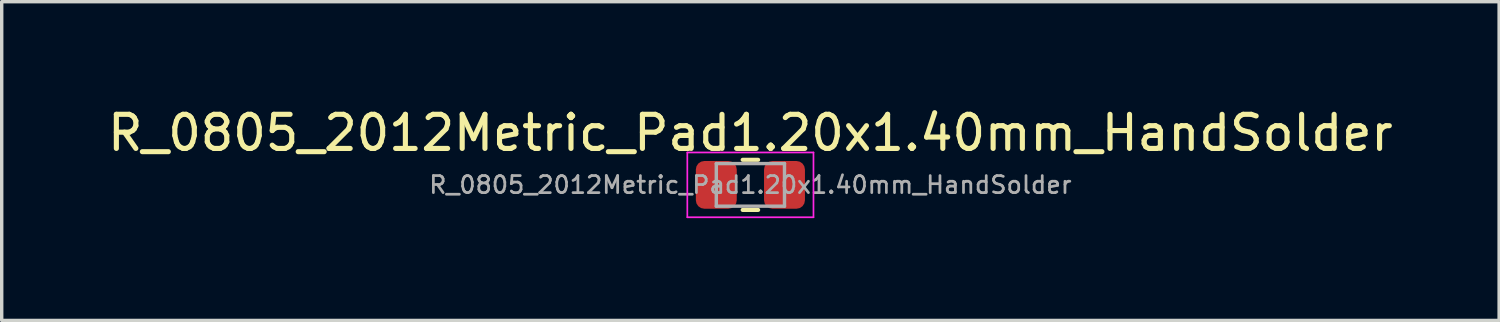
<source format=kicad_pcb>
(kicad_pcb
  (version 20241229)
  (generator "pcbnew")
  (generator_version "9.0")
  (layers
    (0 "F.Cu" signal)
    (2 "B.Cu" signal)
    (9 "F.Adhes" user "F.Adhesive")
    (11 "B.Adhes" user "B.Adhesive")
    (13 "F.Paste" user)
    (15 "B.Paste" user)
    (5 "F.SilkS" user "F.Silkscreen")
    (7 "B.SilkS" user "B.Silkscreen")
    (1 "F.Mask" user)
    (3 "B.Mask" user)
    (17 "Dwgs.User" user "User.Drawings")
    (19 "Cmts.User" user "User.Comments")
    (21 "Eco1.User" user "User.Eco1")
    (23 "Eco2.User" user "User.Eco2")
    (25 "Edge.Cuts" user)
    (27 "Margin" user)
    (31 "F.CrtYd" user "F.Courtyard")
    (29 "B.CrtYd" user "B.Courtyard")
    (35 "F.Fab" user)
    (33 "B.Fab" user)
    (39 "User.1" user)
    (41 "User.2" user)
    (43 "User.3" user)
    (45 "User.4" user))
  (footprint "R_0805_2012Metric_Pad1.20x1.40mm_HandSolder"
    (layer "F.Cu")
    (at 18.958 2.372)
    (property "Reference" "R_0805_2012Metric_Pad1.20x1.40mm_HandSolder" (at 0 -1.524 0) (layer "F.SilkS") (effects (font (size 1 1) (thickness 0.15))))
    (attr smd)
    (fp_line (start -0.227 -0.735) (end 0.227 -0.735) (stroke (width 0.12) (type solid)) (layer "F.SilkS"))
    (fp_line (start -0.227 0.735) (end 0.227 0.735) (stroke (width 0.12) (type solid)) (layer "F.SilkS"))
    (fp_line (start -1.85 -0.95) (end 1.85 -0.95) (stroke (width 0.05) (type solid)) (layer "F.CrtYd"))
    (fp_line (start -1.85 0.95) (end -1.85 -0.95) (stroke (width 0.05) (type solid)) (layer "F.CrtYd"))
    (fp_line (start 1.85 -0.95) (end 1.85 0.95) (stroke (width 0.05) (type solid)) (layer "F.CrtYd"))
    (fp_line (start 1.85 0.95) (end -1.85 0.95) (stroke (width 0.05) (type solid)) (layer "F.CrtYd"))
    (fp_line (start -1 -0.625) (end 1 -0.625) (stroke (width 0.1) (type solid)) (layer "F.Fab"))
    (fp_line (start -1 0.625) (end -1 -0.625) (stroke (width 0.1) (type solid)) (layer "F.Fab"))
    (fp_line (start 1 -0.625) (end 1 0.625) (stroke (width 0.1) (type solid)) (layer "F.Fab"))
    (fp_line (start 1 0.625) (end -1 0.625) (stroke (width 0.1) (type solid)) (layer "F.Fab"))
    (fp_text user "${REFERENCE}" (at 0 0 0) (layer "F.Fab") (effects (font (size 0.5 0.5) (thickness 0.08))))
    (pad "1" smd roundrect (at -1 0) (size 1.2 1.4) (layers "F.Cu" "F.Mask" "F.Paste") (roundrect_rratio 0.208))
    (pad "2" smd roundrect (at 1 0) (size 1.2 1.4) (layers "F.Cu" "F.Mask" "F.Paste") (roundrect_rratio 0.208)))
  (gr_rect
    (start -3 -3)
    (end 40.917 6.347)
    (stroke (width 0.1) (type default))
    (fill no)
    (layer "Edge.Cuts")))
</source>
